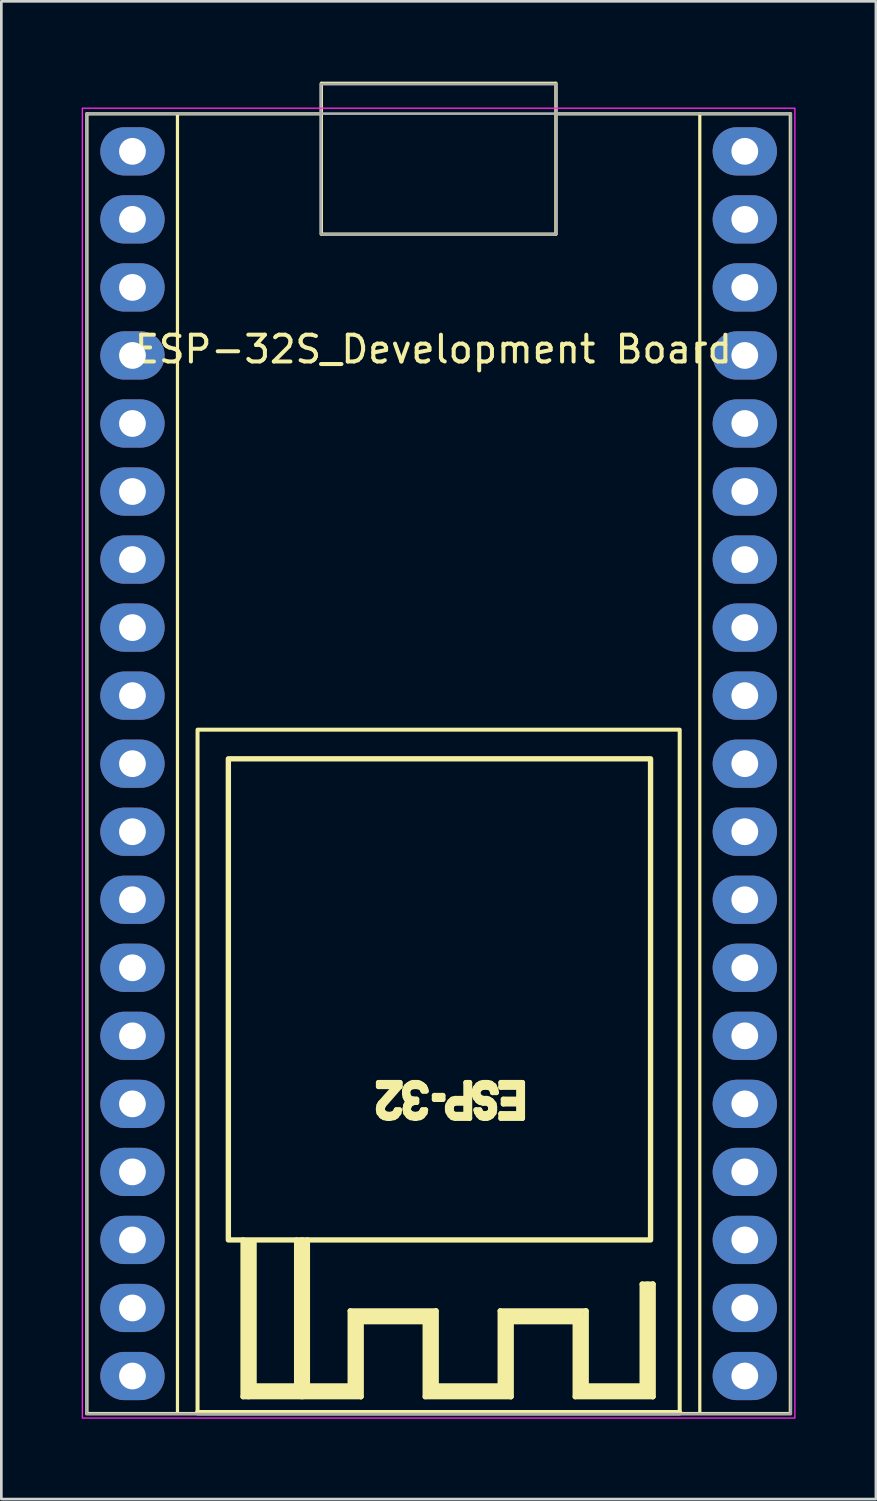
<source format=kicad_pcb>
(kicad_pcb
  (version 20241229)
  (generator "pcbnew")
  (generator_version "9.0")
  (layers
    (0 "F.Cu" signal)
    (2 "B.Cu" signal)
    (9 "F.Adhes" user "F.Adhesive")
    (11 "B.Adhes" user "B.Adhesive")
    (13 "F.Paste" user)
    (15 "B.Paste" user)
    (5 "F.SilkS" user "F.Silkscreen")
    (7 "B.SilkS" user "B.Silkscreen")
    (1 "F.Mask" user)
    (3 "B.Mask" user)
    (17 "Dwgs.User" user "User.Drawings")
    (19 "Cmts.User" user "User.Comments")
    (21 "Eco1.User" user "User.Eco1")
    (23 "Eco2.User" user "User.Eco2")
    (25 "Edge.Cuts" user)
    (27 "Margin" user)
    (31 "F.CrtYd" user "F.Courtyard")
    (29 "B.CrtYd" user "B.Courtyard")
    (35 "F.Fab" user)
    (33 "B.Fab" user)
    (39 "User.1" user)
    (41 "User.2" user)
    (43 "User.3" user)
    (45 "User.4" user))
  (footprint "ESP-32S_Development Board"
    (layer "F.Cu")
    (at 13.325 24.19)
    (property "Reference" "ESP-32S_Development Board" (at -0.2 -14.2 0) (layer "F.SilkS") (effects (font (size 1 1) (thickness 0.15))))
    (attr through_hole)
    (fp_line (start -13.13 25.53) (end 13.13 25.53) (stroke (width 0.12) (type solid)) (layer "F.SilkS"))
    (fp_line (start -13.13 -22.99) (end -13.13 25.53) (stroke (width 0.12) (type solid)) (layer "F.SilkS"))
    (fp_line (start -9.75 -22.95) (end -9.75 25.5) (stroke (width 0.12) (type solid)) (layer "F.SilkS"))
    (fp_line (start -7.3 24.9) (end -7.3 19.05) (stroke (width 0.2) (type solid)) (layer "F.SilkS"))
    (fp_line (start -7.1 19.2) (end -7.1 24.8) (stroke (width 0.4) (type solid)) (layer "F.SilkS"))
    (fp_line (start -7.1 24.7) (end -5.15 24.7) (stroke (width 0.4) (type solid)) (layer "F.SilkS"))
    (fp_line (start -6.9 24.5) (end -6.9 19.1) (stroke (width 0.2) (type solid)) (layer "F.SilkS"))
    (fp_line (start -6.9 24.5) (end -6.9 19.1) (stroke (width 0.2) (type solid)) (layer "F.SilkS"))
    (fp_line (start -5.3 19.05) (end -5.3 24.5) (stroke (width 0.2) (type solid)) (layer "F.SilkS"))
    (fp_line (start -5.3 24.5) (end -6.9 24.5) (stroke (width 0.2) (type solid)) (layer "F.SilkS"))
    (fp_line (start -5.15 24.7) (end -3.1 24.7) (stroke (width 0.4) (type solid)) (layer "F.SilkS"))
    (fp_line (start -5.1 24.75) (end -5.1 19.2) (stroke (width 0.5) (type solid)) (layer "F.SilkS"))
    (fp_line (start -4.9 19.05) (end -4.9 24.5) (stroke (width 0.2) (type solid)) (layer "F.SilkS"))
    (fp_line (start -4.9 24.5) (end -3.3 24.5) (stroke (width 0.2) (type solid)) (layer "F.SilkS"))
    (fp_line (start -4.377 -24.13) (end -4.377 -22.99) (stroke (width 0.12) (type solid)) (layer "F.SilkS"))
    (fp_line (start -4.377 -22.99) (end -13.13 -22.99) (stroke (width 0.12) (type solid)) (layer "F.SilkS"))
    (fp_line (start -4.377 -22.99) (end -4.377 -18.5) (stroke (width 0.12) (type solid)) (layer "F.SilkS"))
    (fp_line (start -4.377 -18.5) (end 4.377 -18.5) (stroke (width 0.12) (type solid)) (layer "F.SilkS"))
    (fp_line (start -3.3 21.7) (end -0.1 21.7) (stroke (width 0.2) (type solid)) (layer "F.SilkS"))
    (fp_line (start -3.3 24.5) (end -3.3 21.7) (stroke (width 0.2) (type solid)) (layer "F.SilkS"))
    (fp_line (start -3.1 21.9) (end -0.35 21.9) (stroke (width 0.4) (type solid)) (layer "F.SilkS"))
    (fp_line (start -3.1 24.7) (end -3.1 21.9) (stroke (width 0.4) (type solid)) (layer "F.SilkS"))
    (fp_line (start -2.9 22.1) (end -2.9 24.9) (stroke (width 0.2) (type solid)) (layer "F.SilkS"))
    (fp_line (start -2.9 22.1) (end -2.9 24.9) (stroke (width 0.2) (type solid)) (layer "F.SilkS"))
    (fp_line (start -2.9 24.9) (end -7.3 24.9) (stroke (width 0.2) (type solid)) (layer "F.SilkS"))
    (fp_line (start -2.242 13.177) (end -1.444 13.177) (stroke (width 0.2) (type solid)) (layer "F.SilkS"))
    (fp_line (start -2.242 13.319) (end -2.242 13.177) (stroke (width 0.2) (type solid)) (layer "F.SilkS"))
    (fp_line (start -2.242 14.139) (end -2.22 14.026) (stroke (width 0.2) (type solid)) (layer "F.SilkS"))
    (fp_line (start -2.242 14.196) (end -2.242 14.139) (stroke (width 0.2) (type solid)) (layer "F.SilkS"))
    (fp_line (start -2.22 14.026) (end -2.175 13.941) (stroke (width 0.2) (type solid)) (layer "F.SilkS"))
    (fp_line (start -2.22 14.309) (end -2.242 14.196) (stroke (width 0.2) (type solid)) (layer "F.SilkS"))
    (fp_line (start -2.175 13.941) (end -1.621 13.319) (stroke (width 0.2) (type solid)) (layer "F.SilkS"))
    (fp_line (start -2.131 14.422) (end -2.22 14.309) (stroke (width 0.2) (type solid)) (layer "F.SilkS"))
    (fp_line (start -2.109 14.139) (end -2.109 14.196) (stroke (width 0.2) (type solid)) (layer "F.SilkS"))
    (fp_line (start -2.109 14.196) (end -2.064 14.281) (stroke (width 0.2) (type solid)) (layer "F.SilkS"))
    (fp_line (start -2.064 14.026) (end -2.109 14.139) (stroke (width 0.2) (type solid)) (layer "F.SilkS"))
    (fp_line (start -2.064 14.281) (end -1.998 14.338) (stroke (width 0.2) (type solid)) (layer "F.SilkS"))
    (fp_line (start -2.042 14.479) (end -2.131 14.422) (stroke (width 0.2) (type solid)) (layer "F.SilkS"))
    (fp_line (start -1.998 14.338) (end -1.887 14.366) (stroke (width 0.2) (type solid)) (layer "F.SilkS"))
    (fp_line (start -1.909 14.507) (end -2.042 14.479) (stroke (width 0.2) (type solid)) (layer "F.SilkS"))
    (fp_line (start -1.887 14.366) (end -1.798 14.366) (stroke (width 0.2) (type solid)) (layer "F.SilkS"))
    (fp_line (start -1.821 14.507) (end -1.909 14.507) (stroke (width 0.2) (type solid)) (layer "F.SilkS"))
    (fp_line (start -1.798 14.366) (end -1.688 14.338) (stroke (width 0.2) (type solid)) (layer "F.SilkS"))
    (fp_line (start -1.688 14.338) (end -1.621 14.281) (stroke (width 0.2) (type solid)) (layer "F.SilkS"))
    (fp_line (start -1.665 14.479) (end -1.821 14.507) (stroke (width 0.2) (type solid)) (layer "F.SilkS"))
    (fp_line (start -1.621 13.319) (end -2.242 13.319) (stroke (width 0.2) (type solid)) (layer "F.SilkS"))
    (fp_line (start -1.621 14.281) (end -1.577 14.196) (stroke (width 0.2) (type solid)) (layer "F.SilkS"))
    (fp_line (start -1.577 14.196) (end -1.466 14.196) (stroke (width 0.2) (type solid)) (layer "F.SilkS"))
    (fp_line (start -1.577 14.422) (end -1.665 14.479) (stroke (width 0.2) (type solid)) (layer "F.SilkS"))
    (fp_line (start -1.488 14.309) (end -1.577 14.422) (stroke (width 0.2) (type solid)) (layer "F.SilkS"))
    (fp_line (start -1.466 14.196) (end -1.488 14.309) (stroke (width 0.2) (type solid)) (layer "F.SilkS"))
    (fp_line (start -1.444 13.177) (end -1.444 13.319) (stroke (width 0.2) (type solid)) (layer "F.SilkS"))
    (fp_line (start -1.444 13.319) (end -2.064 14.026) (stroke (width 0.2) (type solid)) (layer "F.SilkS"))
    (fp_line (start -1.266 13.489) (end -1.244 13.404) (stroke (width 0.2) (type solid)) (layer "F.SilkS"))
    (fp_line (start -1.266 13.602) (end -1.266 13.489) (stroke (width 0.2) (type solid)) (layer "F.SilkS"))
    (fp_line (start -1.244 13.404) (end -1.2 13.319) (stroke (width 0.2) (type solid)) (layer "F.SilkS"))
    (fp_line (start -1.244 13.715) (end -1.266 13.602) (stroke (width 0.2) (type solid)) (layer "F.SilkS"))
    (fp_line (start -1.244 14.139) (end -1.222 14.026) (stroke (width 0.2) (type solid)) (layer "F.SilkS"))
    (fp_line (start -1.244 14.196) (end -1.244 14.139) (stroke (width 0.2) (type solid)) (layer "F.SilkS"))
    (fp_line (start -1.222 14.026) (end -1.178 13.941) (stroke (width 0.2) (type solid)) (layer "F.SilkS"))
    (fp_line (start -1.222 14.309) (end -1.244 14.196) (stroke (width 0.2) (type solid)) (layer "F.SilkS"))
    (fp_line (start -1.2 13.319) (end -1.133 13.262) (stroke (width 0.2) (type solid)) (layer "F.SilkS"))
    (fp_line (start -1.2 13.8) (end -1.244 13.715) (stroke (width 0.2) (type solid)) (layer "F.SilkS"))
    (fp_line (start -1.178 13.941) (end -1.089 13.857) (stroke (width 0.2) (type solid)) (layer "F.SilkS"))
    (fp_line (start -1.156 13.489) (end -1.156 13.602) (stroke (width 0.2) (type solid)) (layer "F.SilkS"))
    (fp_line (start -1.156 13.602) (end -1.111 13.715) (stroke (width 0.2) (type solid)) (layer "F.SilkS"))
    (fp_line (start -1.133 13.262) (end -1.045 13.206) (stroke (width 0.2) (type solid)) (layer "F.SilkS"))
    (fp_line (start -1.133 13.432) (end -1.156 13.489) (stroke (width 0.2) (type solid)) (layer "F.SilkS"))
    (fp_line (start -1.133 14.139) (end -1.133 14.196) (stroke (width 0.2) (type solid)) (layer "F.SilkS"))
    (fp_line (start -1.133 14.196) (end -1.089 14.281) (stroke (width 0.2) (type solid)) (layer "F.SilkS"))
    (fp_line (start -1.133 14.422) (end -1.222 14.309) (stroke (width 0.2) (type solid)) (layer "F.SilkS"))
    (fp_line (start -1.111 13.715) (end -1.045 13.772) (stroke (width 0.2) (type solid)) (layer "F.SilkS"))
    (fp_line (start -1.089 13.376) (end -1.133 13.432) (stroke (width 0.2) (type solid)) (layer "F.SilkS"))
    (fp_line (start -1.089 13.857) (end -1.2 13.8) (stroke (width 0.2) (type solid)) (layer "F.SilkS"))
    (fp_line (start -1.089 14.026) (end -1.133 14.139) (stroke (width 0.2) (type solid)) (layer "F.SilkS"))
    (fp_line (start -1.089 14.281) (end -1.023 14.338) (stroke (width 0.2) (type solid)) (layer "F.SilkS"))
    (fp_line (start -1.045 13.206) (end -0.956 13.177) (stroke (width 0.2) (type solid)) (layer "F.SilkS"))
    (fp_line (start -1.045 13.347) (end -1.089 13.376) (stroke (width 0.2) (type solid)) (layer "F.SilkS"))
    (fp_line (start -1.045 13.772) (end -0.912 13.8) (stroke (width 0.2) (type solid)) (layer "F.SilkS"))
    (fp_line (start -1.045 13.97) (end -1.089 14.026) (stroke (width 0.2) (type solid)) (layer "F.SilkS"))
    (fp_line (start -1.045 14.479) (end -1.133 14.422) (stroke (width 0.2) (type solid)) (layer "F.SilkS"))
    (fp_line (start -1.023 14.338) (end -0.912 14.366) (stroke (width 0.2) (type solid)) (layer "F.SilkS"))
    (fp_line (start -0.956 13.177) (end -0.779 13.177) (stroke (width 0.2) (type solid)) (layer "F.SilkS"))
    (fp_line (start -0.934 13.319) (end -1.045 13.347) (stroke (width 0.2) (type solid)) (layer "F.SilkS"))
    (fp_line (start -0.912 13.8) (end -0.823 13.8) (stroke (width 0.2) (type solid)) (layer "F.SilkS"))
    (fp_line (start -0.912 13.913) (end -1.045 13.97) (stroke (width 0.2) (type solid)) (layer "F.SilkS"))
    (fp_line (start -0.912 14.366) (end -0.823 14.366) (stroke (width 0.2) (type solid)) (layer "F.SilkS"))
    (fp_line (start -0.89 14.507) (end -1.045 14.479) (stroke (width 0.2) (type solid)) (layer "F.SilkS"))
    (fp_line (start -0.845 14.507) (end -0.89 14.507) (stroke (width 0.2) (type solid)) (layer "F.SilkS"))
    (fp_line (start -0.823 13.8) (end -0.823 13.913) (stroke (width 0.2) (type solid)) (layer "F.SilkS"))
    (fp_line (start -0.823 13.913) (end -0.912 13.913) (stroke (width 0.2) (type solid)) (layer "F.SilkS"))
    (fp_line (start -0.823 14.366) (end -0.712 14.338) (stroke (width 0.2) (type solid)) (layer "F.SilkS"))
    (fp_line (start -0.801 13.319) (end -0.934 13.319) (stroke (width 0.2) (type solid)) (layer "F.SilkS"))
    (fp_line (start -0.779 13.177) (end -0.69 13.206) (stroke (width 0.2) (type solid)) (layer "F.SilkS"))
    (fp_line (start -0.712 14.338) (end -0.646 14.281) (stroke (width 0.2) (type solid)) (layer "F.SilkS"))
    (fp_line (start -0.69 13.206) (end -0.602 13.262) (stroke (width 0.2) (type solid)) (layer "F.SilkS"))
    (fp_line (start -0.69 13.347) (end -0.801 13.319) (stroke (width 0.2) (type solid)) (layer "F.SilkS"))
    (fp_line (start -0.69 14.479) (end -0.845 14.507) (stroke (width 0.2) (type solid)) (layer "F.SilkS"))
    (fp_line (start -0.646 13.376) (end -0.69 13.347) (stroke (width 0.2) (type solid)) (layer "F.SilkS"))
    (fp_line (start -0.646 14.281) (end -0.602 14.196) (stroke (width 0.2) (type solid)) (layer "F.SilkS"))
    (fp_line (start -0.602 13.262) (end -0.535 13.319) (stroke (width 0.2) (type solid)) (layer "F.SilkS"))
    (fp_line (start -0.602 13.432) (end -0.646 13.376) (stroke (width 0.2) (type solid)) (layer "F.SilkS"))
    (fp_line (start -0.602 14.196) (end -0.491 14.196) (stroke (width 0.2) (type solid)) (layer "F.SilkS"))
    (fp_line (start -0.602 14.422) (end -0.69 14.479) (stroke (width 0.2) (type solid)) (layer "F.SilkS"))
    (fp_line (start -0.579 13.489) (end -0.602 13.432) (stroke (width 0.2) (type solid)) (layer "F.SilkS"))
    (fp_line (start -0.535 13.319) (end -0.491 13.404) (stroke (width 0.2) (type solid)) (layer "F.SilkS"))
    (fp_line (start -0.513 14.309) (end -0.602 14.422) (stroke (width 0.2) (type solid)) (layer "F.SilkS"))
    (fp_line (start -0.5 22.1) (end -2.9 22.1) (stroke (width 0.2) (type solid)) (layer "F.SilkS"))
    (fp_line (start -0.5 24.9) (end -0.5 22.1) (stroke (width 0.2) (type solid)) (layer "F.SilkS"))
    (fp_line (start -0.491 13.404) (end -0.469 13.489) (stroke (width 0.2) (type solid)) (layer "F.SilkS"))
    (fp_line (start -0.491 14.196) (end -0.513 14.309) (stroke (width 0.2) (type solid)) (layer "F.SilkS"))
    (fp_line (start -0.469 13.489) (end -0.579 13.489) (stroke (width 0.2) (type solid)) (layer "F.SilkS"))
    (fp_line (start -0.35 21.9) (end -0.25 22) (stroke (width 0.12) (type solid)) (layer "F.SilkS"))
    (fp_line (start -0.25 22) (end -0.25 24.7) (stroke (width 0.4) (type solid)) (layer "F.SilkS"))
    (fp_line (start -0.25 24.7) (end 2.45 24.7) (stroke (width 0.4) (type solid)) (layer "F.SilkS"))
    (fp_line (start -0.155 13.659) (end 0.155 13.659) (stroke (width 0.2) (type solid)) (layer "F.SilkS"))
    (fp_line (start -0.155 13.8) (end -0.155 13.659) (stroke (width 0.2) (type solid)) (layer "F.SilkS"))
    (fp_line (start -0.1 21.7) (end -0.1 24.5) (stroke (width 0.2) (type solid)) (layer "F.SilkS"))
    (fp_line (start -0.1 21.7) (end -0.1 24.5) (stroke (width 0.2) (type solid)) (layer "F.SilkS"))
    (fp_line (start -0.1 24.5) (end 2.3 24.5) (stroke (width 0.2) (type solid)) (layer "F.SilkS"))
    (fp_line (start 0.155 13.659) (end 0.155 13.8) (stroke (width 0.2) (type solid)) (layer "F.SilkS"))
    (fp_line (start 0.155 13.8) (end -0.155 13.8) (stroke (width 0.2) (type solid)) (layer "F.SilkS"))
    (fp_line (start 0.334 14.083) (end 0.356 13.998) (stroke (width 0.2) (type solid)) (layer "F.SilkS"))
    (fp_line (start 0.334 14.196) (end 0.334 14.083) (stroke (width 0.2) (type solid)) (layer "F.SilkS"))
    (fp_line (start 0.356 13.998) (end 0.423 13.885) (stroke (width 0.2) (type solid)) (layer "F.SilkS"))
    (fp_line (start 0.356 14.281) (end 0.334 14.196) (stroke (width 0.2) (type solid)) (layer "F.SilkS"))
    (fp_line (start 0.423 13.885) (end 0.511 13.8) (stroke (width 0.2) (type solid)) (layer "F.SilkS"))
    (fp_line (start 0.423 14.394) (end 0.356 14.281) (stroke (width 0.2) (type solid)) (layer "F.SilkS"))
    (fp_line (start 0.467 14.111) (end 0.467 14.196) (stroke (width 0.2) (type solid)) (layer "F.SilkS"))
    (fp_line (start 0.467 14.196) (end 0.489 14.281) (stroke (width 0.2) (type solid)) (layer "F.SilkS"))
    (fp_line (start 0.489 14.026) (end 0.467 14.111) (stroke (width 0.2) (type solid)) (layer "F.SilkS"))
    (fp_line (start 0.489 14.281) (end 0.533 14.338) (stroke (width 0.2) (type solid)) (layer "F.SilkS"))
    (fp_line (start 0.511 13.8) (end 0.622 13.772) (stroke (width 0.2) (type solid)) (layer "F.SilkS"))
    (fp_line (start 0.511 14.479) (end 0.423 14.394) (stroke (width 0.2) (type solid)) (layer "F.SilkS"))
    (fp_line (start 0.533 13.97) (end 0.489 14.026) (stroke (width 0.2) (type solid)) (layer "F.SilkS"))
    (fp_line (start 0.533 14.338) (end 0.6 14.366) (stroke (width 0.2) (type solid)) (layer "F.SilkS"))
    (fp_line (start 0.6 13.941) (end 0.533 13.97) (stroke (width 0.2) (type solid)) (layer "F.SilkS"))
    (fp_line (start 0.6 14.366) (end 1.021 14.366) (stroke (width 0.2) (type solid)) (layer "F.SilkS"))
    (fp_line (start 0.622 13.772) (end 1.021 13.772) (stroke (width 0.2) (type solid)) (layer "F.SilkS"))
    (fp_line (start 0.622 14.507) (end 0.511 14.479) (stroke (width 0.2) (type solid)) (layer "F.SilkS"))
    (fp_line (start 1.021 13.177) (end 1.154 13.177) (stroke (width 0.2) (type solid)) (layer "F.SilkS"))
    (fp_line (start 1.021 13.772) (end 1.021 13.177) (stroke (width 0.2) (type solid)) (layer "F.SilkS"))
    (fp_line (start 1.021 13.941) (end 0.6 13.941) (stroke (width 0.2) (type solid)) (layer "F.SilkS"))
    (fp_line (start 1.021 14.366) (end 1.021 13.941) (stroke (width 0.2) (type solid)) (layer "F.SilkS"))
    (fp_line (start 1.154 13.177) (end 1.154 14.507) (stroke (width 0.2) (type solid)) (layer "F.SilkS"))
    (fp_line (start 1.154 14.507) (end 0.622 14.507) (stroke (width 0.2) (type solid)) (layer "F.SilkS"))
    (fp_line (start 1.331 13.489) (end 1.376 13.376) (stroke (width 0.2) (type solid)) (layer "F.SilkS"))
    (fp_line (start 1.331 13.63) (end 1.331 13.489) (stroke (width 0.2) (type solid)) (layer "F.SilkS"))
    (fp_line (start 1.376 13.376) (end 1.464 13.262) (stroke (width 0.2) (type solid)) (layer "F.SilkS"))
    (fp_line (start 1.376 13.743) (end 1.331 13.63) (stroke (width 0.2) (type solid)) (layer "F.SilkS"))
    (fp_line (start 1.398 14.196) (end 1.531 14.196) (stroke (width 0.2) (type solid)) (layer "F.SilkS"))
    (fp_line (start 1.42 14.281) (end 1.398 14.196) (stroke (width 0.2) (type solid)) (layer "F.SilkS"))
    (fp_line (start 1.464 13.262) (end 1.553 13.206) (stroke (width 0.2) (type solid)) (layer "F.SilkS"))
    (fp_line (start 1.464 13.517) (end 1.464 13.602) (stroke (width 0.2) (type solid)) (layer "F.SilkS"))
    (fp_line (start 1.464 13.602) (end 1.509 13.687) (stroke (width 0.2) (type solid)) (layer "F.SilkS"))
    (fp_line (start 1.464 13.857) (end 1.376 13.743) (stroke (width 0.2) (type solid)) (layer "F.SilkS"))
    (fp_line (start 1.487 14.394) (end 1.42 14.281) (stroke (width 0.2) (type solid)) (layer "F.SilkS"))
    (fp_line (start 1.509 13.432) (end 1.464 13.517) (stroke (width 0.2) (type solid)) (layer "F.SilkS"))
    (fp_line (start 1.509 13.687) (end 1.575 13.743) (stroke (width 0.2) (type solid)) (layer "F.SilkS"))
    (fp_line (start 1.531 14.196) (end 1.553 14.253) (stroke (width 0.2) (type solid)) (layer "F.SilkS"))
    (fp_line (start 1.553 13.206) (end 1.664 13.177) (stroke (width 0.2) (type solid)) (layer "F.SilkS"))
    (fp_line (start 1.553 13.913) (end 1.464 13.857) (stroke (width 0.2) (type solid)) (layer "F.SilkS"))
    (fp_line (start 1.553 14.253) (end 1.597 14.309) (stroke (width 0.2) (type solid)) (layer "F.SilkS"))
    (fp_line (start 1.575 13.376) (end 1.509 13.432) (stroke (width 0.2) (type solid)) (layer "F.SilkS"))
    (fp_line (start 1.575 13.743) (end 1.664 13.772) (stroke (width 0.2) (type solid)) (layer "F.SilkS"))
    (fp_line (start 1.575 14.479) (end 1.487 14.394) (stroke (width 0.2) (type solid)) (layer "F.SilkS"))
    (fp_line (start 1.597 14.309) (end 1.664 14.338) (stroke (width 0.2) (type solid)) (layer "F.SilkS"))
    (fp_line (start 1.664 13.177) (end 1.841 13.177) (stroke (width 0.2) (type solid)) (layer "F.SilkS"))
    (fp_line (start 1.664 13.347) (end 1.575 13.376) (stroke (width 0.2) (type solid)) (layer "F.SilkS"))
    (fp_line (start 1.664 13.772) (end 1.797 13.772) (stroke (width 0.2) (type solid)) (layer "F.SilkS"))
    (fp_line (start 1.664 13.941) (end 1.553 13.913) (stroke (width 0.2) (type solid)) (layer "F.SilkS"))
    (fp_line (start 1.664 14.338) (end 1.797 14.338) (stroke (width 0.2) (type solid)) (layer "F.SilkS"))
    (fp_line (start 1.686 14.507) (end 1.575 14.479) (stroke (width 0.2) (type solid)) (layer "F.SilkS"))
    (fp_line (start 1.797 13.772) (end 1.886 13.8) (stroke (width 0.2) (type solid)) (layer "F.SilkS"))
    (fp_line (start 1.797 13.941) (end 1.664 13.941) (stroke (width 0.2) (type solid)) (layer "F.SilkS"))
    (fp_line (start 1.797 14.338) (end 1.863 14.309) (stroke (width 0.2) (type solid)) (layer "F.SilkS"))
    (fp_line (start 1.797 14.507) (end 1.686 14.507) (stroke (width 0.2) (type solid)) (layer "F.SilkS"))
    (fp_line (start 1.841 13.177) (end 1.952 13.206) (stroke (width 0.2) (type solid)) (layer "F.SilkS"))
    (fp_line (start 1.841 13.347) (end 1.664 13.347) (stroke (width 0.2) (type solid)) (layer "F.SilkS"))
    (fp_line (start 1.863 13.97) (end 1.797 13.941) (stroke (width 0.2) (type solid)) (layer "F.SilkS"))
    (fp_line (start 1.863 14.309) (end 1.93 14.253) (stroke (width 0.2) (type solid)) (layer "F.SilkS"))
    (fp_line (start 1.886 13.8) (end 1.974 13.857) (stroke (width 0.2) (type solid)) (layer "F.SilkS"))
    (fp_line (start 1.886 14.479) (end 1.797 14.507) (stroke (width 0.2) (type solid)) (layer "F.SilkS"))
    (fp_line (start 1.93 13.376) (end 1.841 13.347) (stroke (width 0.2) (type solid)) (layer "F.SilkS"))
    (fp_line (start 1.93 14.026) (end 1.863 13.97) (stroke (width 0.2) (type solid)) (layer "F.SilkS"))
    (fp_line (start 1.93 14.253) (end 1.952 14.168) (stroke (width 0.2) (type solid)) (layer "F.SilkS"))
    (fp_line (start 1.952 13.206) (end 2.063 13.291) (stroke (width 0.2) (type solid)) (layer "F.SilkS"))
    (fp_line (start 1.952 14.111) (end 1.93 14.026) (stroke (width 0.2) (type solid)) (layer "F.SilkS"))
    (fp_line (start 1.952 14.168) (end 1.952 14.111) (stroke (width 0.2) (type solid)) (layer "F.SilkS"))
    (fp_line (start 1.974 13.857) (end 2.063 13.97) (stroke (width 0.2) (type solid)) (layer "F.SilkS"))
    (fp_line (start 1.974 14.423) (end 1.886 14.479) (stroke (width 0.2) (type solid)) (layer "F.SilkS"))
    (fp_line (start 1.996 13.46) (end 1.93 13.376) (stroke (width 0.2) (type solid)) (layer "F.SilkS"))
    (fp_line (start 2.019 13.545) (end 1.996 13.46) (stroke (width 0.2) (type solid)) (layer "F.SilkS"))
    (fp_line (start 2.063 13.291) (end 2.13 13.432) (stroke (width 0.2) (type solid)) (layer "F.SilkS"))
    (fp_line (start 2.063 13.97) (end 2.085 14.083) (stroke (width 0.2) (type solid)) (layer "F.SilkS"))
    (fp_line (start 2.063 14.309) (end 1.974 14.423) (stroke (width 0.2) (type solid)) (layer "F.SilkS"))
    (fp_line (start 2.085 14.083) (end 2.085 14.196) (stroke (width 0.2) (type solid)) (layer "F.SilkS"))
    (fp_line (start 2.085 14.196) (end 2.063 14.309) (stroke (width 0.2) (type solid)) (layer "F.SilkS"))
    (fp_line (start 2.13 13.432) (end 2.152 13.545) (stroke (width 0.2) (type solid)) (layer "F.SilkS"))
    (fp_line (start 2.152 13.545) (end 2.019 13.545) (stroke (width 0.2) (type solid)) (layer "F.SilkS"))
    (fp_line (start 2.3 21.7) (end 5.5 21.7) (stroke (width 0.2) (type solid)) (layer "F.SilkS"))
    (fp_line (start 2.3 24.5) (end 2.3 21.7) (stroke (width 0.2) (type solid)) (layer "F.SilkS"))
    (fp_line (start 2.329 13.177) (end 3.127 13.177) (stroke (width 0.2) (type solid)) (layer "F.SilkS"))
    (fp_line (start 2.329 13.347) (end 2.329 13.177) (stroke (width 0.2) (type solid)) (layer "F.SilkS"))
    (fp_line (start 2.329 14.338) (end 2.994 14.338) (stroke (width 0.2) (type solid)) (layer "F.SilkS"))
    (fp_line (start 2.329 14.507) (end 2.329 14.338) (stroke (width 0.2) (type solid)) (layer "F.SilkS"))
    (fp_line (start 2.418 13.8) (end 2.994 13.8) (stroke (width 0.2) (type solid)) (layer "F.SilkS"))
    (fp_line (start 2.418 13.97) (end 2.418 13.8) (stroke (width 0.2) (type solid)) (layer "F.SilkS"))
    (fp_line (start 2.45 21.95) (end 5.25 21.95) (stroke (width 0.4) (type solid)) (layer "F.SilkS"))
    (fp_line (start 2.45 24.7) (end 2.45 21.95) (stroke (width 0.4) (type solid)) (layer "F.SilkS"))
    (fp_line (start 2.7 22.1) (end 2.7 24.9) (stroke (width 0.2) (type solid)) (layer "F.SilkS"))
    (fp_line (start 2.7 22.1) (end 2.7 24.9) (stroke (width 0.2) (type solid)) (layer "F.SilkS"))
    (fp_line (start 2.7 24.9) (end -0.5 24.9) (stroke (width 0.2) (type solid)) (layer "F.SilkS"))
    (fp_line (start 2.994 13.347) (end 2.329 13.347) (stroke (width 0.2) (type solid)) (layer "F.SilkS"))
    (fp_line (start 2.994 13.8) (end 2.994 13.347) (stroke (width 0.2) (type solid)) (layer "F.SilkS"))
    (fp_line (start 2.994 13.97) (end 2.418 13.97) (stroke (width 0.2) (type solid)) (layer "F.SilkS"))
    (fp_line (start 2.994 14.338) (end 2.994 13.97) (stroke (width 0.2) (type solid)) (layer "F.SilkS"))
    (fp_line (start 3.127 13.177) (end 3.127 14.507) (stroke (width 0.2) (type solid)) (layer "F.SilkS"))
    (fp_line (start 3.127 14.507) (end 2.329 14.507) (stroke (width 0.2) (type solid)) (layer "F.SilkS"))
    (fp_line (start 4.377 -24.13) (end -4.377 -24.13) (stroke (width 0.12) (type solid)) (layer "F.SilkS"))
    (fp_line (start 4.377 -22.99) (end 4.377 -24.13) (stroke (width 0.12) (type solid)) (layer "F.SilkS"))
    (fp_line (start 4.377 -18.5) (end 4.377 -22.99) (stroke (width 0.12) (type solid)) (layer "F.SilkS"))
    (fp_line (start 5.1 22.1) (end 2.7 22.1) (stroke (width 0.2) (type solid)) (layer "F.SilkS"))
    (fp_line (start 5.1 24.9) (end 5.1 22.1) (stroke (width 0.2) (type solid)) (layer "F.SilkS"))
    (fp_line (start 5.25 21.95) (end 5.25 24.7) (stroke (width 0.4) (type solid)) (layer "F.SilkS"))
    (fp_line (start 5.25 24.7) (end 7.8 24.7) (stroke (width 0.4) (type solid)) (layer "F.SilkS"))
    (fp_line (start 5.5 21.7) (end 5.5 24.5) (stroke (width 0.2) (type solid)) (layer "F.SilkS"))
    (fp_line (start 5.5 21.7) (end 5.5 24.5) (stroke (width 0.2) (type solid)) (layer "F.SilkS"))
    (fp_line (start 5.5 24.5) (end 7.6 24.5) (stroke (width 0.2) (type solid)) (layer "F.SilkS"))
    (fp_line (start 7.6 20.7) (end 8 20.7) (stroke (width 0.2) (type solid)) (layer "F.SilkS"))
    (fp_line (start 7.6 24.5) (end 7.6 20.7) (stroke (width 0.2) (type solid)) (layer "F.SilkS"))
    (fp_line (start 7.8 24.7) (end 7.8 20.8) (stroke (width 0.4) (type solid)) (layer "F.SilkS"))
    (fp_line (start 8 20.7) (end 8 24.9) (stroke (width 0.2) (type solid)) (layer "F.SilkS"))
    (fp_line (start 8 20.7) (end 8 24.9) (stroke (width 0.2) (type solid)) (layer "F.SilkS"))
    (fp_line (start 8 24.9) (end 5.1 24.9) (stroke (width 0.2) (type solid)) (layer "F.SilkS"))
    (fp_line (start 9 25.5) (end -9 25.5) (stroke (width 0.2) (type solid)) (layer "F.SilkS"))
    (fp_line (start 9.75 25.5) (end 9.75 -23) (stroke (width 0.12) (type solid)) (layer "F.SilkS"))
    (fp_line (start 13.13 25.53) (end 13.13 -22.99) (stroke (width 0.12) (type solid)) (layer "F.SilkS"))
    (fp_line (start 13.13 -22.99) (end 4.377 -22.99) (stroke (width 0.12) (type solid)) (layer "F.SilkS"))
    (fp_rect (start -7.85 1.088) (end 7.912 19.05) (stroke (width 0.2) (type solid)) (fill no) (layer "F.SilkS"))
    (fp_rect (start 9 0) (end -9 25.5) (stroke (width 0.15) (type solid)) (fill no) (layer "F.SilkS"))
    (fp_rect (start -13.3 -23.2) (end 13.3 25.7) (stroke (width 0.05) (type solid)) (fill no) (layer "F.CrtYd"))
    (fp_rect (start -13.15 -23) (end 13.15 25.55) (stroke (width 0.1) (type solid)) (fill no) (layer "F.Fab"))
    (fp_rect (start -4.4 -24.1) (end 4.4 -18.5) (stroke (width 0.1) (type solid)) (fill no) (layer "F.Fab"))
    (pad "1" thru_hole oval (at -11.43 -21.59 270) (size 1.8 2.4) (drill 1) (layers "*.Cu" "*.Mask"))
    (pad "2" thru_hole oval (at -11.43 -19.05 270) (size 1.8 2.4) (drill 1) (layers "*.Cu" "*.Mask"))
    (pad "3" thru_hole oval (at -11.43 -16.51 270) (size 1.8 2.4) (drill 1) (layers "*.Cu" "*.Mask"))
    (pad "4" thru_hole oval (at -11.43 -13.97 270) (size 1.8 2.4) (drill 1) (layers "*.Cu" "*.Mask"))
    (pad "5" thru_hole oval (at -11.43 -11.43 270) (size 1.8 2.4) (drill 1) (layers "*.Cu" "*.Mask"))
    (pad "6" thru_hole oval (at -11.43 -8.89 270) (size 1.8 2.4) (drill 1) (layers "*.Cu" "*.Mask"))
    (pad "7" thru_hole oval (at -11.43 -6.35 270) (size 1.8 2.4) (drill 1) (layers "*.Cu" "*.Mask"))
    (pad "8" thru_hole oval (at -11.43 -3.81 270) (size 1.8 2.4) (drill 1) (layers "*.Cu" "*.Mask"))
    (pad "9" thru_hole oval (at -11.43 -1.27 270) (size 1.8 2.4) (drill 1) (layers "*.Cu" "*.Mask"))
    (pad "10" thru_hole oval (at -11.43 1.27 270) (size 1.8 2.4) (drill 1) (layers "*.Cu" "*.Mask"))
    (pad "11" thru_hole oval (at -11.43 3.81 270) (size 1.8 2.4) (drill 1) (layers "*.Cu" "*.Mask"))
    (pad "12" thru_hole oval (at -11.43 6.35 270) (size 1.8 2.4) (drill 1) (layers "*.Cu" "*.Mask"))
    (pad "13" thru_hole oval (at -11.43 8.89 270) (size 1.8 2.4) (drill 1) (layers "*.Cu" "*.Mask"))
    (pad "14" thru_hole oval (at -11.43 11.43 270) (size 1.8 2.4) (drill 1) (layers "*.Cu" "*.Mask"))
    (pad "15" thru_hole oval (at -11.43 13.97 270) (size 1.8 2.4) (drill 1) (layers "*.Cu" "*.Mask"))
    (pad "16" thru_hole oval (at -11.43 16.51 270) (size 1.8 2.4) (drill 1) (layers "*.Cu" "*.Mask"))
    (pad "17" thru_hole oval (at -11.43 19.05 270) (size 1.8 2.4) (drill 1) (layers "*.Cu" "*.Mask"))
    (pad "18" thru_hole oval (at -11.43 21.59 270) (size 1.8 2.4) (drill 1) (layers "*.Cu" "*.Mask"))
    (pad "19" thru_hole oval (at -11.43 24.13 270) (size 1.8 2.4) (drill 1) (layers "*.Cu" "*.Mask"))
    (pad "20" thru_hole oval (at 11.43 24.13 270) (size 1.8 2.4) (drill 1) (layers "*.Cu" "*.Mask"))
    (pad "21" thru_hole oval (at 11.43 21.59 270) (size 1.8 2.4) (drill 1) (layers "*.Cu" "*.Mask"))
    (pad "22" thru_hole oval (at 11.43 19.05 270) (size 1.8 2.4) (drill 1) (layers "*.Cu" "*.Mask"))
    (pad "23" thru_hole oval (at 11.43 16.51 270) (size 1.8 2.4) (drill 1) (layers "*.Cu" "*.Mask"))
    (pad "24" thru_hole oval (at 11.43 13.97 270) (size 1.8 2.4) (drill 1) (layers "*.Cu" "*.Mask"))
    (pad "25" thru_hole oval (at 11.43 11.43 270) (size 1.8 2.4) (drill 1) (layers "*.Cu" "*.Mask"))
    (pad "26" thru_hole oval (at 11.43 8.89 270) (size 1.8 2.4) (drill 1) (layers "*.Cu" "*.Mask"))
    (pad "27" thru_hole oval (at 11.43 6.35 270) (size 1.8 2.4) (drill 1) (layers "*.Cu" "*.Mask"))
    (pad "28" thru_hole oval (at 11.43 3.81 270) (size 1.8 2.4) (drill 1) (layers "*.Cu" "*.Mask"))
    (pad "29" thru_hole oval (at 11.43 1.27 270) (size 1.8 2.4) (drill 1) (layers "*.Cu" "*.Mask"))
    (pad "30" thru_hole oval (at 11.43 -1.27 270) (size 1.8 2.4) (drill 1) (layers "*.Cu" "*.Mask"))
    (pad "31" thru_hole oval (at 11.43 -3.81 270) (size 1.8 2.4) (drill 1) (layers "*.Cu" "*.Mask"))
    (pad "32" thru_hole oval (at 11.43 -6.35 270) (size 1.8 2.4) (drill 1) (layers "*.Cu" "*.Mask"))
    (pad "33" thru_hole oval (at 11.43 -8.89 270) (size 1.8 2.4) (drill 1) (layers "*.Cu" "*.Mask"))
    (pad "34" thru_hole oval (at 11.43 -11.43 270) (size 1.8 2.4) (drill 1) (layers "*.Cu" "*.Mask"))
    (pad "35" thru_hole oval (at 11.43 -13.97 270) (size 1.8 2.4) (drill 1) (layers "*.Cu" "*.Mask"))
    (pad "36" thru_hole oval (at 11.43 -16.51 270) (size 1.8 2.4) (drill 1) (layers "*.Cu" "*.Mask"))
    (pad "37" thru_hole oval (at 11.43 -19.05 270) (size 1.8 2.4) (drill 1) (layers "*.Cu" "*.Mask"))
    (pad "38" thru_hole oval (at 11.43 -21.59 270) (size 1.8 2.4) (drill 1) (layers "*.Cu" "*.Mask")))
  (gr_rect
    (start -3 -3)
    (end 29.65 52.915)
    (stroke (width 0.1) (type default))
    (fill no)
    (layer "Edge.Cuts")))
</source>
